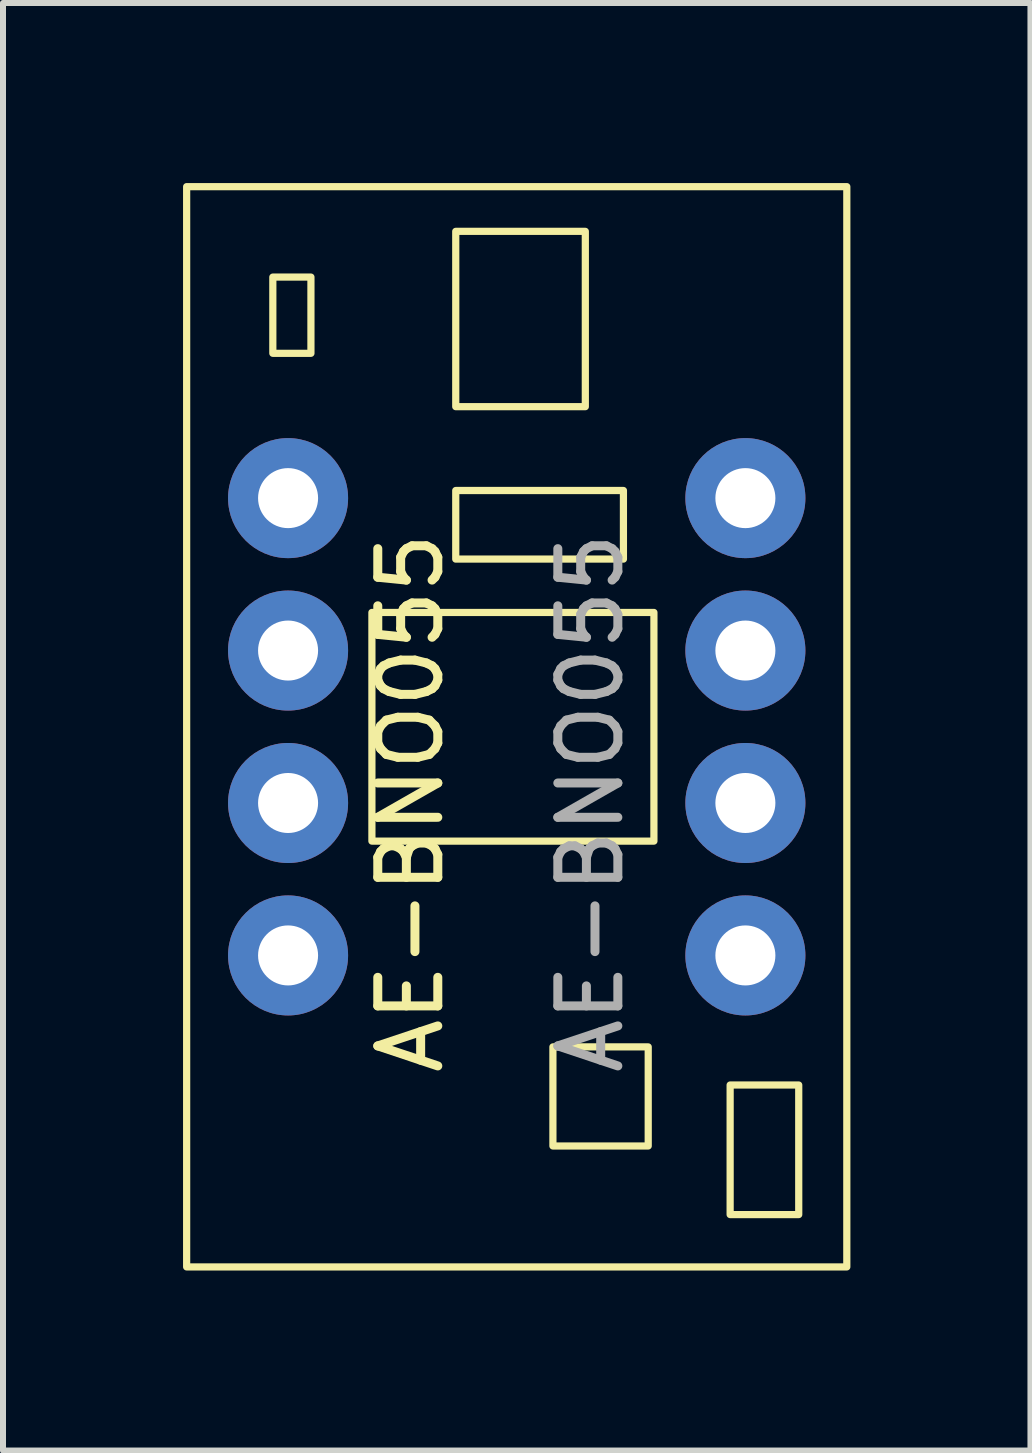
<source format=kicad_pcb>
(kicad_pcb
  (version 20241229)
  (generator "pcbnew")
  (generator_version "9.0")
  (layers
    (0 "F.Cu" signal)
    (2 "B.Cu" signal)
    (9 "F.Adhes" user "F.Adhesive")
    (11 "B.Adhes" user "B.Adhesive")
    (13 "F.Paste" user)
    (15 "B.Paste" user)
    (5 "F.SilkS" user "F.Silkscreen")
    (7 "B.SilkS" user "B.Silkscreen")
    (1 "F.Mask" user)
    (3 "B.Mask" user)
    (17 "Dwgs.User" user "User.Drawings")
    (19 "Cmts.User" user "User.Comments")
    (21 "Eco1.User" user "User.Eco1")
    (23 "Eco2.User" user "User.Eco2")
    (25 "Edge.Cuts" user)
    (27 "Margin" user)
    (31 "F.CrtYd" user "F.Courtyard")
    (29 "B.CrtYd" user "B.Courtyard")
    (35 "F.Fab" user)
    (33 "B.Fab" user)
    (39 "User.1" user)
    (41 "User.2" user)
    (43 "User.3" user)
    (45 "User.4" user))
  (footprint "AE-BNO055"
    (layer "F.Cu")
    (at 5.56 9.06)
    (property "Reference" "AE-BNO055" (at -1.77 1.27 90) (unlocked yes) (layer "F.SilkS") (effects (font (size 1 1) (thickness 0.15))))
    (attr through_hole)
    (fp_rect (start -5.5 -9) (end 5.5 9) (stroke (width 0.12) (type solid)) (fill no) (layer "F.SilkS"))
    (fp_rect (start -4.064 -6.223) (end -3.429 -7.493) (stroke (width 0.12) (type solid)) (fill no) (layer "F.SilkS"))
    (fp_rect (start -2.413 -1.905) (end 2.286 1.905) (stroke (width 0.12) (type solid)) (fill no) (layer "F.SilkS"))
    (fp_rect (start -1.016 -5.334) (end 1.143 -8.255) (stroke (width 0.12) (type solid)) (fill no) (layer "F.SilkS"))
    (fp_rect (start -1.016 -3.937) (end 1.778 -2.794) (stroke (width 0.12) (type solid)) (fill no) (layer "F.SilkS"))
    (fp_rect (start 0.603 6.985) (end 2.191 5.334) (stroke (width 0.12) (type solid)) (fill no) (layer "F.SilkS"))
    (fp_rect (start 3.556 8.128) (end 4.699 5.969) (stroke (width 0.12) (type solid)) (fill no) (layer "F.SilkS"))
    (fp_text user "${REFERENCE}" (at 1.23 1.27 90) (unlocked yes) (layer "F.Fab") (effects (font (size 1 1) (thickness 0.15))))
    (pad "1" thru_hole circle (at -3.81 -3.81) (size 2 2) (drill 1) (layers "*.Cu" "*.Mask"))
    (pad "2" thru_hole circle (at -3.81 -1.27) (size 2 2) (drill 1) (layers "*.Cu" "*.Mask"))
    (pad "3" thru_hole circle (at -3.81 1.27) (size 2 2) (drill 1) (layers "*.Cu" "*.Mask"))
    (pad "4" thru_hole circle (at -3.81 3.81) (size 2 2) (drill 1) (layers "*.Cu" "*.Mask"))
    (pad "5" thru_hole circle (at 3.81 3.81) (size 2 2) (drill 1) (layers "*.Cu" "*.Mask"))
    (pad "6" thru_hole circle (at 3.81 1.27) (size 2 2) (drill 1) (layers "*.Cu" "*.Mask"))
    (pad "7" thru_hole circle (at 3.81 -1.27) (size 2 2) (drill 1) (layers "*.Cu" "*.Mask"))
    (pad "8" thru_hole circle (at 3.81 -3.81) (size 2 2) (drill 1) (layers "*.Cu" "*.Mask")))
  (gr_rect
    (start -3 -3)
    (end 14.12 21.12)
    (stroke (width 0.1) (type default))
    (fill no)
    (layer "Edge.Cuts")))
</source>
